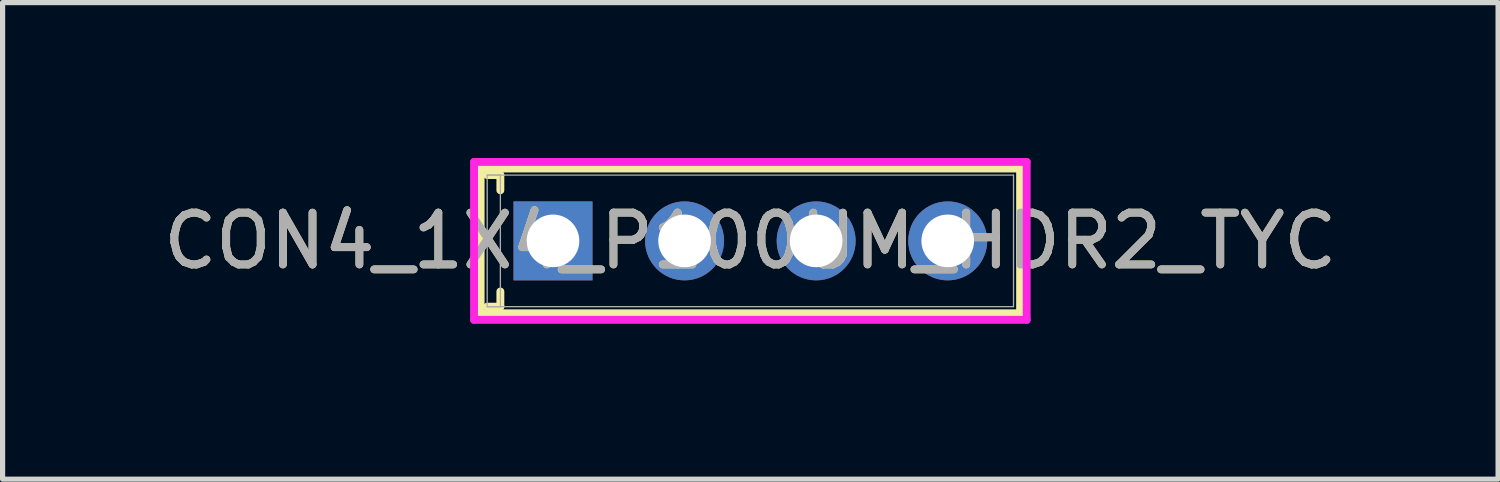
<source format=kicad_pcb>
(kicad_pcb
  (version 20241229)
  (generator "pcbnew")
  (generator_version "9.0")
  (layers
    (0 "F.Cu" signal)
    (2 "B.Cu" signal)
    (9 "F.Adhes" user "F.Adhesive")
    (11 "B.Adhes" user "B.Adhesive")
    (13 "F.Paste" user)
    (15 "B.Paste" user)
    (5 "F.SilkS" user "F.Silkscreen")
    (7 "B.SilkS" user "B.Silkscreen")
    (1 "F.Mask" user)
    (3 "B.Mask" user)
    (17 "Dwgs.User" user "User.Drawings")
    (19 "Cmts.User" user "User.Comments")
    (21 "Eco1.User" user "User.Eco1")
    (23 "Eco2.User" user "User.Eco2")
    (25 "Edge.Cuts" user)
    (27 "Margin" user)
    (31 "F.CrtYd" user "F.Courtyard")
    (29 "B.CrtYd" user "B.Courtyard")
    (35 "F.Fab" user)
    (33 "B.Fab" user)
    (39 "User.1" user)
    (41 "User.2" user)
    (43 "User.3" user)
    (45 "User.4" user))
  (footprint "CON4_1X4_P100UM_HDR2_TYC"
    (layer "F.Cu")
    (at 7.625 1.6)
    (property "Reference" "CON4_1X4_P100UM_HDR2_TYC" (at 3.81 0 0) (unlocked yes) (layer "F.SilkS") (effects (font (size 1 1) (thickness 0.15))))
    (attr through_hole)
    (fp_line (start -1.397 -1.397) (end -1.397 1.397) (stroke (width 0.152) (type solid)) (layer "F.SilkS"))
    (fp_line (start -1.397 1.397) (end 9.017 1.397) (stroke (width 0.152) (type solid)) (layer "F.SilkS"))
    (fp_line (start -1.27 -1.27) (end -1.016 -1.27) (stroke (width 0.152) (type solid)) (layer "F.SilkS"))
    (fp_line (start -1.27 1.27) (end -1.016 1.27) (stroke (width 0.152) (type solid)) (layer "F.SilkS"))
    (fp_line (start -1.016 -1.27) (end -1.016 -0.977) (stroke (width 0.152) (type solid)) (layer "F.SilkS"))
    (fp_line (start -1.016 0.977) (end -1.016 1.27) (stroke (width 0.152) (type solid)) (layer "F.SilkS"))
    (fp_line (start 9.017 -1.397) (end -1.397 -1.397) (stroke (width 0.152) (type solid)) (layer "F.SilkS"))
    (fp_line (start 9.017 1.397) (end 9.017 -1.397) (stroke (width 0.152) (type solid)) (layer "F.SilkS"))
    (fp_line (start -1.524 -1.524) (end -1.524 1.524) (stroke (width 0.152) (type solid)) (layer "F.CrtYd"))
    (fp_line (start -1.524 1.524) (end 9.144 1.524) (stroke (width 0.152) (type solid)) (layer "F.CrtYd"))
    (fp_line (start 9.144 -1.524) (end -1.524 -1.524) (stroke (width 0.152) (type solid)) (layer "F.CrtYd"))
    (fp_line (start 9.144 1.524) (end 9.144 -1.524) (stroke (width 0.152) (type solid)) (layer "F.CrtYd"))
    (fp_line (start -1.27 -1.27) (end -1.27 1.27) (stroke (width 0.025) (type solid)) (layer "F.Fab"))
    (fp_line (start -1.27 -1.27) (end -1.016 -1.27) (stroke (width 0.025) (type solid)) (layer "F.Fab"))
    (fp_line (start -1.27 1.27) (end -1.016 1.27) (stroke (width 0.025) (type solid)) (layer "F.Fab"))
    (fp_line (start -1.27 1.27) (end 8.89 1.27) (stroke (width 0.025) (type solid)) (layer "F.Fab"))
    (fp_line (start -1.016 -1.27) (end -1.016 1.27) (stroke (width 0.025) (type solid)) (layer "F.Fab"))
    (fp_line (start 8.89 -1.27) (end -1.27 -1.27) (stroke (width 0.025) (type solid)) (layer "F.Fab"))
    (fp_line (start 8.89 1.27) (end 8.89 -1.27) (stroke (width 0.025) (type solid)) (layer "F.Fab"))
    (fp_text user "${REFERENCE}" (at 3.81 0 0) (unlocked yes) (layer "F.Fab") (effects (font (size 1 1) (thickness 0.15))))
    (pad "1" thru_hole rect (at 0 0) (size 1.524 1.524) (drill 1.016) (layers "*.Cu" "*.Mask"))
    (pad "2" thru_hole circle (at 2.54 0) (size 1.524 1.524) (drill 1.016) (layers "*.Cu" "*.Mask"))
    (pad "3" thru_hole circle (at 5.08 0) (size 1.524 1.524) (drill 1.016) (layers "*.Cu" "*.Mask"))
    (pad "4" thru_hole circle (at 7.62 0) (size 1.524 1.524) (drill 1.016) (layers "*.Cu" "*.Mask")))
  (gr_rect
    (start -3 -3)
    (end 25.869 6.2)
    (stroke (width 0.1) (type default))
    (fill no)
    (layer "Edge.Cuts")))
</source>
